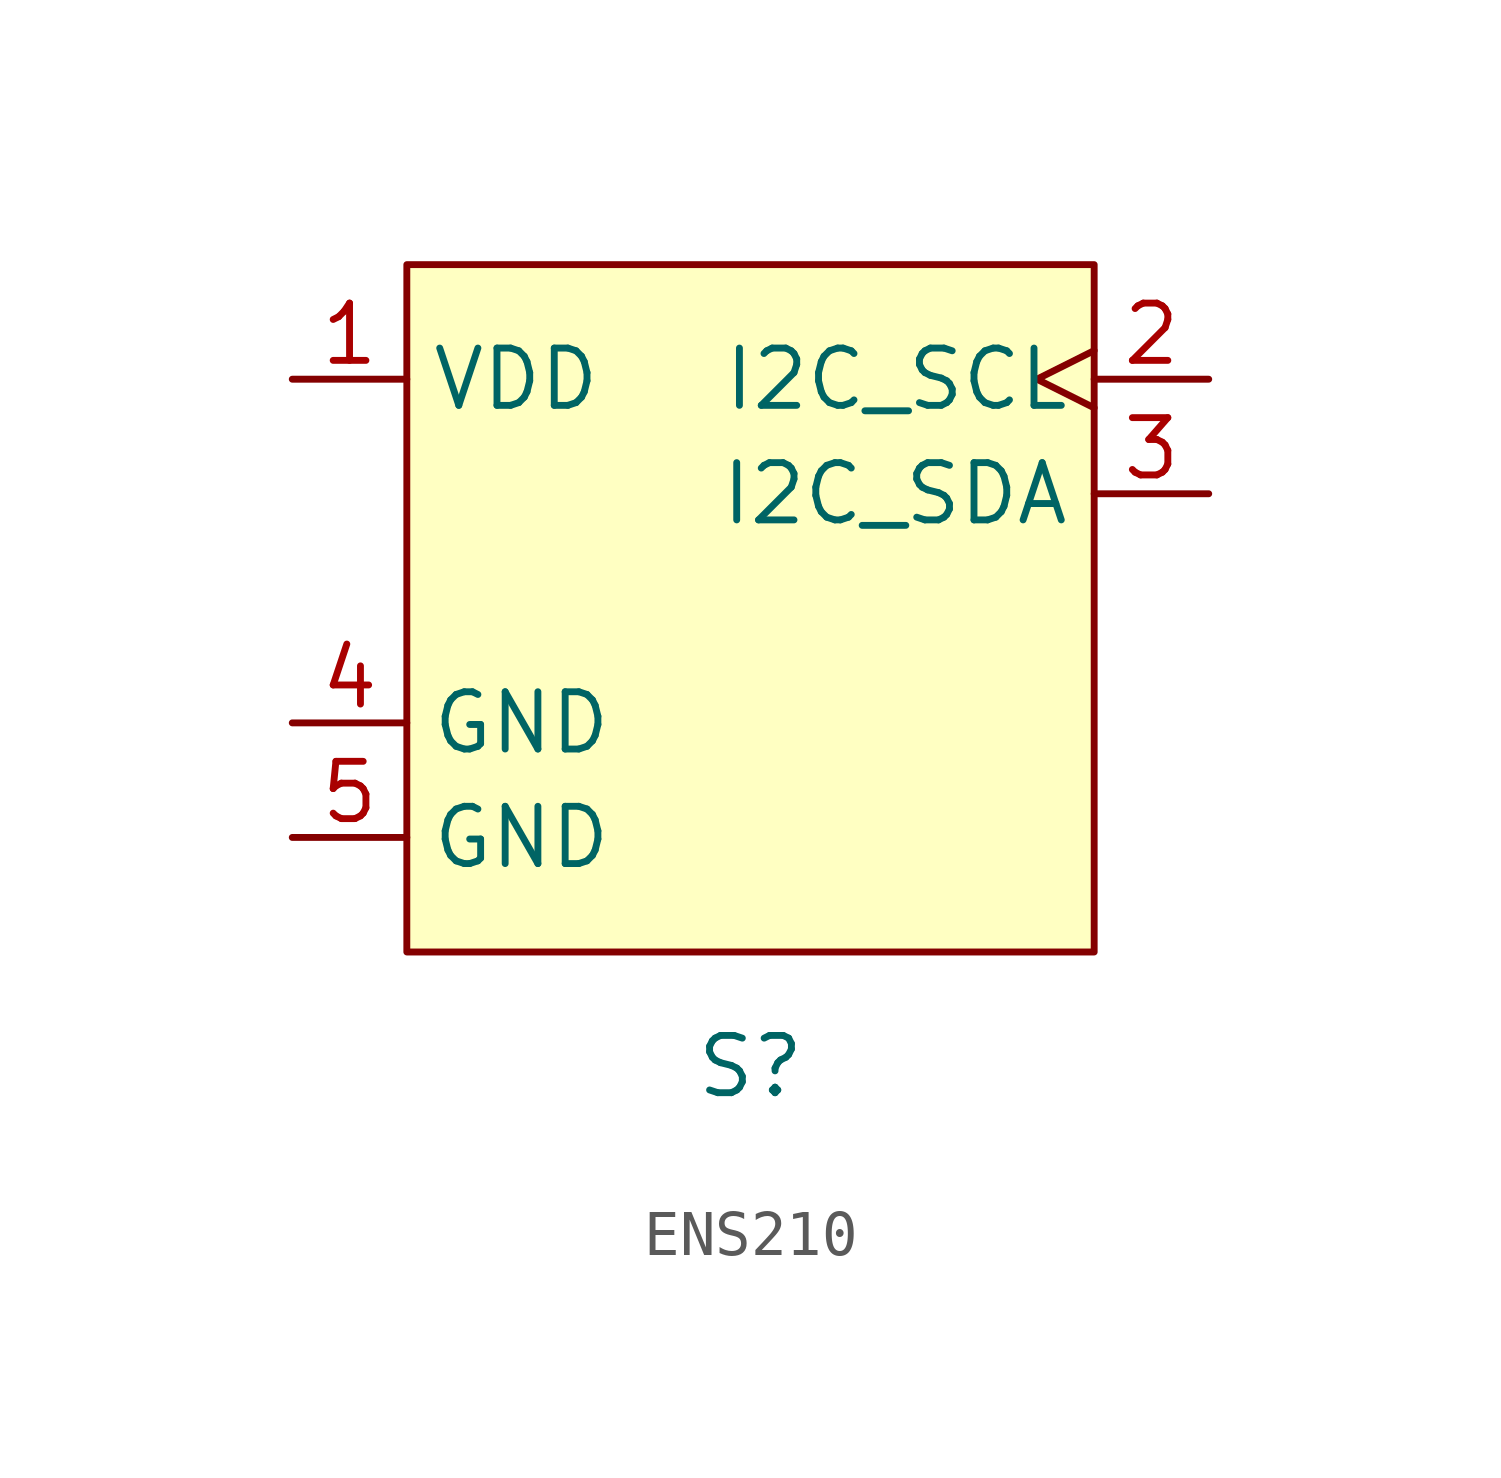
<source format=kicad_sym>
(kicad_symbol_lib
  (version 20220914)
  (generator kicad_symbol_editor)
  (symbol "ENS210"
    (property "Reference" "S"
      (at 0 -10.16 0)
      (effects (font (size 1.27 1.27))))
    (symbol "ENS210_1_1"
      (rectangle (start -7.62 7.62) (end 7.62 -7.62) (stroke (width 0) (type default)) (fill (type background)))
      (pin power_in line (at -10.16 5.08 0) (length 2.54) (name "VDD" (effects (font (size 1.27 1.27)))) (number "1" (effects (font (size 1.27 1.27)))))
      (pin input clock (at 10.16 5.08 180) (length 2.54) (name "I2C_SCL" (effects (font (size 1.27 1.27)))) (number "2" (effects (font (size 1.27 1.27)))))
      (pin bidirectional line (at 10.16 2.54 180) (length 2.54) (name "I2C_SDA" (effects (font (size 1.27 1.27)))) (number "3" (effects (font (size 1.27 1.27)))))
      (pin passive line (at -10.16 -2.54 0) (length 2.54) (name "GND" (effects (font (size 1.27 1.27)))) (number "4" (effects (font (size 1.27 1.27)))))
      (pin passive line (at -10.16 -5.08 0) (length 2.54) (name "GND" (effects (font (size 1.27 1.27)))) (number "5" (effects (font (size 1.27 1.27))))))))
</source>
